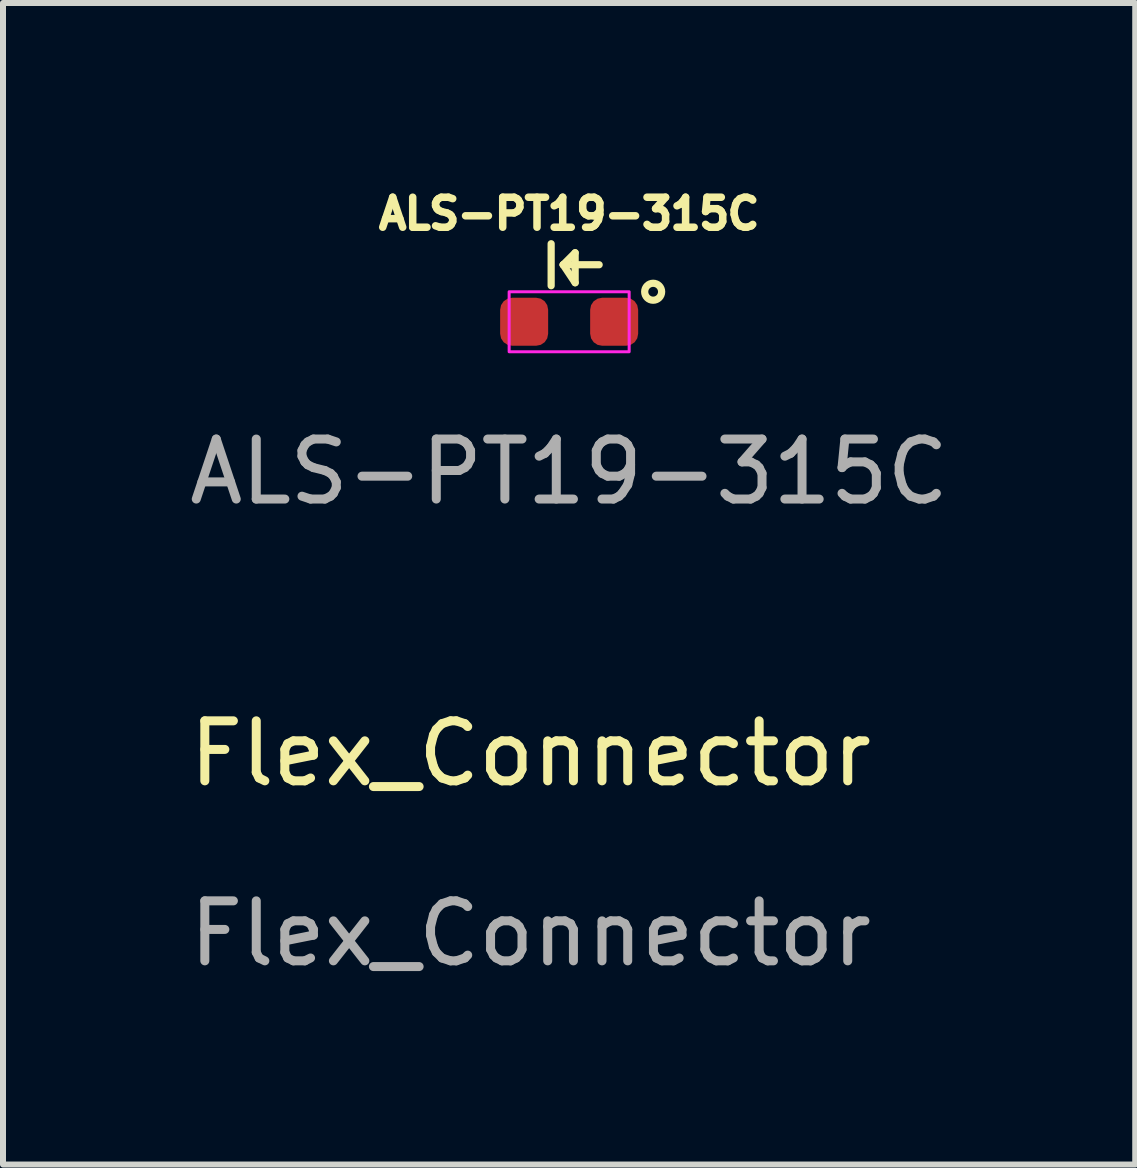
<source format=kicad_pcb>
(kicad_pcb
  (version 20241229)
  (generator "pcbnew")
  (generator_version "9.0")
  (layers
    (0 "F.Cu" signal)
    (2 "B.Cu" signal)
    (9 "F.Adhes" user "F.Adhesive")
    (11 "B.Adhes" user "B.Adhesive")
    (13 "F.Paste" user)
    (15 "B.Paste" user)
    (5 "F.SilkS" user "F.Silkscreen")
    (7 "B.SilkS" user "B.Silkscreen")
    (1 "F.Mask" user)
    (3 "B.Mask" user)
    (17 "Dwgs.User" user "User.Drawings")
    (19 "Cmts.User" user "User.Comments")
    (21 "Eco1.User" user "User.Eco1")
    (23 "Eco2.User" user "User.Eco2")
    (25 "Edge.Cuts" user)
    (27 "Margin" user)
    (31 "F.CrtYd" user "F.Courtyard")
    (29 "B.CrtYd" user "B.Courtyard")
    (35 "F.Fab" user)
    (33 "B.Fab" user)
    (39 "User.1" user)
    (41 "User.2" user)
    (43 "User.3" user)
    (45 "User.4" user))
  (footprint "Flex_Connector"
    (layer "F.Cu")
    (at 5.792 10.008)
    (property "Reference" "Flex_Connector" (at 0 -0.5 0) (unlocked yes) (layer "F.SilkS") (effects (font (size 1 1) (thickness 0.15))))
    (attr smd)
    (fp_text user "${REFERENCE}" (at 0 2.5 0) (unlocked yes) (layer "F.Fab") (effects (font (size 1 1) (thickness 0.15)))))
  (footprint "ALS-PT19-315C"
    (layer "F.Cu")
    (at 6.435 2.312)
    (property "Reference" "ALS-PT19-315C" (at 0 -1.8 0) (unlocked yes) (layer "F.SilkS") (effects (font (size 0.5 0.5) (thickness 0.125))))
    (attr smd)
    (fp_line (start -0.3 -1.3) (end -0.3 -0.6) (stroke (width 0.12) (type solid)) (layer "F.SilkS"))
    (fp_line (start -0.1 -0.95) (end 0.1 -0.65) (stroke (width 0.12) (type solid)) (layer "F.SilkS"))
    (fp_line (start 0.1 -1.15) (end -0.1 -0.95) (stroke (width 0.12) (type solid)) (layer "F.SilkS"))
    (fp_line (start 0.1 -0.65) (end 0.1 -1.15) (stroke (width 0.12) (type solid)) (layer "F.SilkS"))
    (fp_line (start 0.5 -0.95) (end -0.1 -0.95) (stroke (width 0.12) (type solid)) (layer "F.SilkS"))
    (fp_circle (center 1.4 -0.5) (end 1.5 -0.4) (stroke (width 0.12) (type solid)) (fill no) (layer "F.SilkS"))
    (fp_rect (start -1 -0.5) (end 1 0.5) (stroke (width 0.05) (type solid)) (fill no) (layer "F.CrtYd"))
    (fp_text user "${REFERENCE}" (at 0 2.5 0) (unlocked yes) (layer "F.Fab") (effects (font (size 1 1) (thickness 0.15))))
    (pad "1" smd roundrect (at 0.75 0) (size 0.8 0.8) (layers "F.Cu" "F.Mask" "F.Paste") (roundrect_rratio 0.25))
    (pad "2" smd roundrect (at -0.75 0) (size 0.8 0.8) (layers "F.Cu" "F.Mask" "F.Paste") (roundrect_rratio 0.25)))
  (gr_rect
    (start -3 -3)
    (end 15.869 16.357)
    (stroke (width 0.1) (type default))
    (fill no)
    (layer "Edge.Cuts")))
</source>
